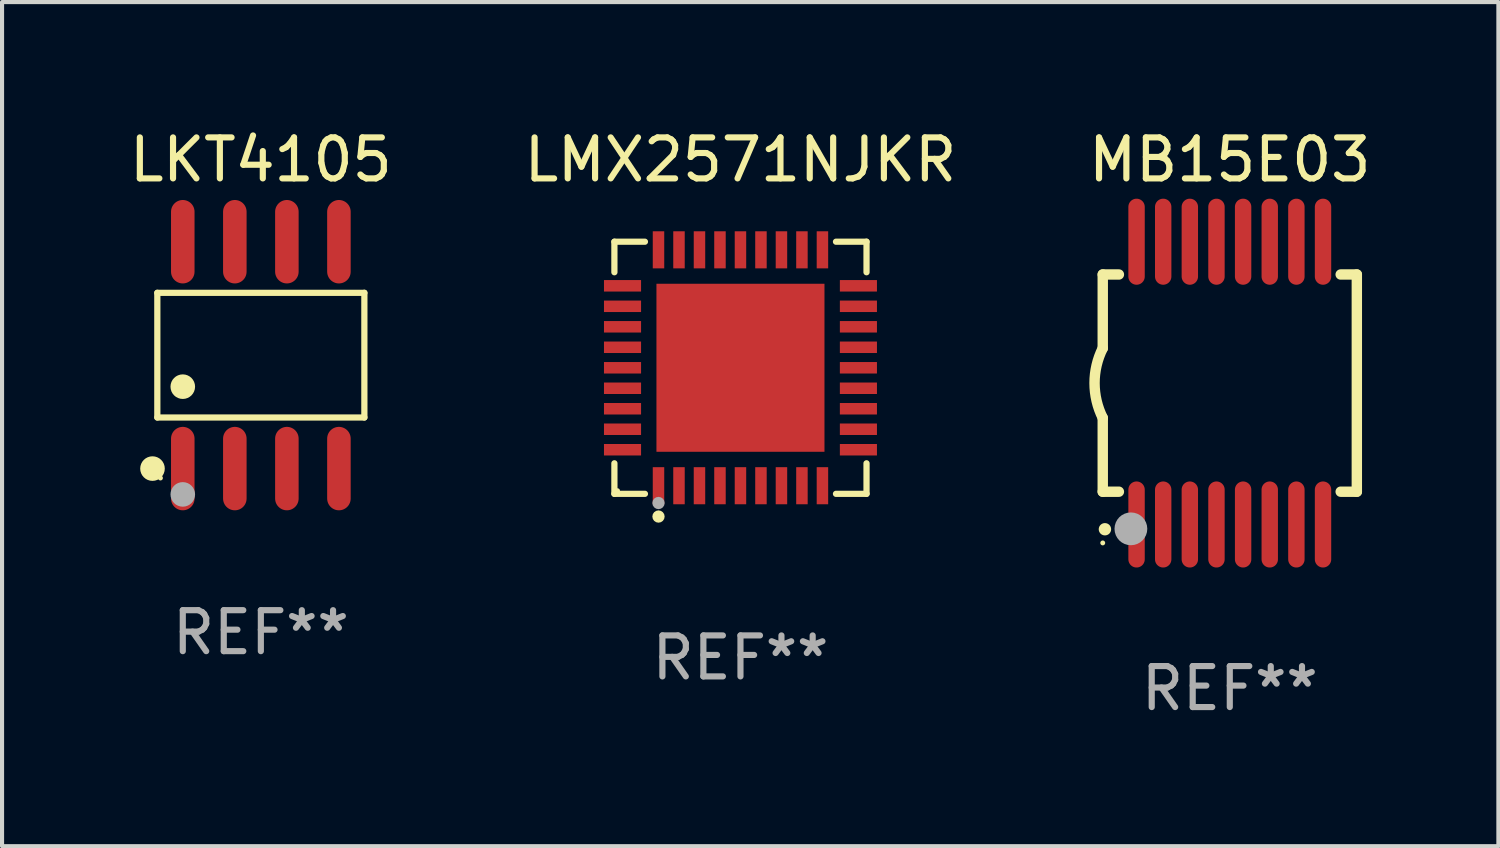
<source format=kicad_pcb>
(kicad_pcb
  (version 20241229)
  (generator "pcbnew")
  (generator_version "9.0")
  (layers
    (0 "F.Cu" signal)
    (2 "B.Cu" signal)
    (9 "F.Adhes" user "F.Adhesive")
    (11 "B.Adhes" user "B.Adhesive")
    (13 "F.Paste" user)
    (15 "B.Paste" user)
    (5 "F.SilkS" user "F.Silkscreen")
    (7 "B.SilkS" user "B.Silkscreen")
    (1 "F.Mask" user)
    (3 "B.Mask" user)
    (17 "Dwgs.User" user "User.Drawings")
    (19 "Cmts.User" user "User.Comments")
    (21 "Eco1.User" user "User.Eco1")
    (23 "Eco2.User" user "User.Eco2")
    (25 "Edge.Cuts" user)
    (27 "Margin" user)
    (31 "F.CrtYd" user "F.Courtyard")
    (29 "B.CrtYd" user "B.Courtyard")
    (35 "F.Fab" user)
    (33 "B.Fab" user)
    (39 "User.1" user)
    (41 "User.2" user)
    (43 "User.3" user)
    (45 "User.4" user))
  (footprint "MB15E03"
    (layer "F.Cu")
    (at 26.958 6.298)
    (property "Reference" "MB15E03" (at 0 -5.45 0) (layer "F.SilkS") (effects (font (size 1 1) (thickness 0.15))))
    (attr through_hole)
    (fp_line (start -3.1 -2.65) (end -3.1 -0.85) (stroke (width 0.254) (type solid)) (layer "F.SilkS"))
    (fp_line (start -3.1 -2.65) (end -2.706 -2.65) (stroke (width 0.254) (type solid)) (layer "F.SilkS"))
    (fp_line (start -3.1 2.65) (end -3.1 0.85) (stroke (width 0.254) (type solid)) (layer "F.SilkS"))
    (fp_line (start -3.1 2.65) (end -2.706 2.65) (stroke (width 0.254) (type solid)) (layer "F.SilkS"))
    (fp_line (start 2.706 -2.65) (end 3.1 -2.65) (stroke (width 0.254) (type solid)) (layer "F.SilkS"))
    (fp_line (start 2.706 2.65) (end 3.1 2.65) (stroke (width 0.254) (type solid)) (layer "F.SilkS"))
    (fp_line (start 3.1 -2.65) (end 3.1 2.65) (stroke (width 0.254) (type solid)) (layer "F.SilkS"))
    (fp_arc (start -3.098907 0.850902) (mid -3.300057 0.000523) (end -3.1 -0.850114) (stroke (width 0.254001) (type solid)) (layer "F.SilkS"))
    (fp_arc (start -3.048006 3.566066) (mid -3.046736 3.566061) (end -3.045466 3.566066) (stroke (width 0.3) (type solid)) (layer "F.SilkS"))
    (fp_circle (center -3.1 3.9) (end -3.07 3.9) (stroke (width 0.06) (type solid)) (fill no) (layer "F.SilkS"))
    (fp_circle (center -2.413 3.556) (end -2.213 3.556) (stroke (width 0.4) (type solid)) (fill no) (layer "F.Fab"))
    (fp_text user "REF**" (at 0 7.45 0) (layer "F.Fab") (effects (font (size 1 1) (thickness 0.15))))
    (pad "1" smd oval (at -2.275 3.45 180) (size 0.4 2.1) (layers "F.Cu" "F.Mask" "F.Paste"))
    (pad "2" smd oval (at -1.625 3.45 180) (size 0.4 2.1) (layers "F.Cu" "F.Mask" "F.Paste"))
    (pad "3" smd oval (at -0.975 3.45 180) (size 0.4 2.1) (layers "F.Cu" "F.Mask" "F.Paste"))
    (pad "4" smd oval (at -0.325 3.45 180) (size 0.4 2.1) (layers "F.Cu" "F.Mask" "F.Paste"))
    (pad "5" smd oval (at 0.325 3.45 180) (size 0.4 2.1) (layers "F.Cu" "F.Mask" "F.Paste"))
    (pad "6" smd oval (at 0.975 3.45 180) (size 0.4 2.1) (layers "F.Cu" "F.Mask" "F.Paste"))
    (pad "7" smd oval (at 1.625 3.45 180) (size 0.4 2.1) (layers "F.Cu" "F.Mask" "F.Paste"))
    (pad "8" smd oval (at 2.275 3.45 180) (size 0.4 2.1) (layers "F.Cu" "F.Mask" "F.Paste"))
    (pad "9" smd oval (at 2.275 -3.45 180) (size 0.4 2.1) (layers "F.Cu" "F.Mask" "F.Paste"))
    (pad "10" smd oval (at 1.625 -3.45 180) (size 0.4 2.1) (layers "F.Cu" "F.Mask" "F.Paste"))
    (pad "11" smd oval (at 0.975 -3.45 180) (size 0.4 2.1) (layers "F.Cu" "F.Mask" "F.Paste"))
    (pad "12" smd oval (at 0.325 -3.45 180) (size 0.4 2.1) (layers "F.Cu" "F.Mask" "F.Paste"))
    (pad "13" smd oval (at -0.325 -3.45 180) (size 0.4 2.1) (layers "F.Cu" "F.Mask" "F.Paste"))
    (pad "14" smd oval (at -0.975 -3.45 180) (size 0.4 2.1) (layers "F.Cu" "F.Mask" "F.Paste"))
    (pad "15" smd oval (at -1.625 -3.45 180) (size 0.4 2.1) (layers "F.Cu" "F.Mask" "F.Paste"))
    (pad "16" smd oval (at -2.275 -3.45 180) (size 0.4 2.1) (layers "F.Cu" "F.Mask" "F.Paste")))
  (footprint "LKT4105"
    (layer "F.Cu")
    (at 3.315 5.616)
    (property "Reference" "LKT4105" (at 0 -4.768 0) (layer "F.SilkS") (effects (font (size 1 1) (thickness 0.15))))
    (attr through_hole)
    (fp_line (start -2.526 -1.521) (end 2.526 -1.521) (stroke (width 0.152) (type solid)) (layer "F.SilkS"))
    (fp_line (start -2.526 1.521) (end -2.526 -1.521) (stroke (width 0.152) (type solid)) (layer "F.SilkS"))
    (fp_line (start 2.526 -1.521) (end 2.526 1.521) (stroke (width 0.152) (type solid)) (layer "F.SilkS"))
    (fp_line (start 2.526 1.521) (end -2.526 1.521) (stroke (width 0.152) (type solid)) (layer "F.SilkS"))
    (fp_circle (center -2.644 2.768) (end -2.494 2.768) (stroke (width 0.3) (type solid)) (fill no) (layer "F.SilkS"))
    (fp_circle (center -2.45 2.998) (end -2.42 2.998) (stroke (width 0.06) (type solid)) (fill no) (layer "F.SilkS"))
    (fp_circle (center -1.905 0.769) (end -1.755 0.769) (stroke (width 0.3) (type solid)) (fill no) (layer "F.SilkS"))
    (fp_circle (center -1.905 3.398) (end -1.755 3.398) (stroke (width 0.3) (type solid)) (fill no) (layer "F.Fab"))
    (fp_text user "REF**" (at 0 6.768 0) (layer "F.Fab") (effects (font (size 1 1) (thickness 0.15))))
    (pad "1" smd oval (at -1.905 2.768) (size 0.574 2.036) (layers "F.Cu" "F.Mask" "F.Paste"))
    (pad "2" smd oval (at -0.635 2.768) (size 0.574 2.036) (layers "F.Cu" "F.Mask" "F.Paste"))
    (pad "3" smd oval (at 0.635 2.768) (size 0.574 2.036) (layers "F.Cu" "F.Mask" "F.Paste"))
    (pad "4" smd oval (at 1.905 2.768) (size 0.574 2.036) (layers "F.Cu" "F.Mask" "F.Paste"))
    (pad "5" smd oval (at 1.905 -2.768) (size 0.574 2.036) (layers "F.Cu" "F.Mask" "F.Paste"))
    (pad "6" smd oval (at 0.635 -2.768) (size 0.574 2.036) (layers "F.Cu" "F.Mask" "F.Paste"))
    (pad "7" smd oval (at -0.635 -2.768) (size 0.574 2.036) (layers "F.Cu" "F.Mask" "F.Paste"))
    (pad "8" smd oval (at -1.905 -2.768) (size 0.574 2.036) (layers "F.Cu" "F.Mask" "F.Paste")))
  (footprint "LMX2571NJKR"
    (layer "F.Cu")
    (at 15.018 5.924)
    (property "Reference" "LMX2571NJKR" (at 0 -5.076 0) (layer "F.SilkS") (effects (font (size 1 1) (thickness 0.15))))
    (attr through_hole)
    (fp_line (start -3.076 -3.076) (end -2.331 -3.076) (stroke (width 0.152) (type solid)) (layer "F.SilkS"))
    (fp_line (start -3.076 -2.331) (end -3.076 -3.076) (stroke (width 0.152) (type solid)) (layer "F.SilkS"))
    (fp_line (start -3.076 2.331) (end -3.076 3.076) (stroke (width 0.152) (type solid)) (layer "F.SilkS"))
    (fp_line (start -3.076 3.076) (end -2.331 3.076) (stroke (width 0.152) (type solid)) (layer "F.SilkS"))
    (fp_line (start 3.076 -3.076) (end 2.331 -3.076) (stroke (width 0.152) (type solid)) (layer "F.SilkS"))
    (fp_line (start 3.076 -2.331) (end 3.076 -3.076) (stroke (width 0.152) (type solid)) (layer "F.SilkS"))
    (fp_line (start 3.076 2.331) (end 3.076 3.076) (stroke (width 0.152) (type solid)) (layer "F.SilkS"))
    (fp_line (start 3.076 3.076) (end 2.331 3.076) (stroke (width 0.152) (type solid)) (layer "F.SilkS"))
    (fp_circle (center -3 3) (end -2.97 3) (stroke (width 0.06) (type solid)) (fill no) (layer "F.SilkS"))
    (fp_circle (center -2 3.63) (end -1.925 3.63) (stroke (width 0.15) (type solid)) (fill no) (layer "F.SilkS"))
    (fp_circle (center -2 3.3) (end -1.925 3.3) (stroke (width 0.15) (type solid)) (fill no) (layer "F.Fab"))
    (fp_text user "REF**" (at 0 7.076 0) (layer "F.Fab") (effects (font (size 1 1) (thickness 0.15))))
    (pad "1" smd rect (at -2 2.878) (size 0.28 0.905) (layers "F.Cu" "F.Mask" "F.Paste"))
    (pad "2" smd rect (at -1.5 2.878) (size 0.28 0.905) (layers "F.Cu" "F.Mask" "F.Paste"))
    (pad "3" smd rect (at -1 2.878) (size 0.28 0.905) (layers "F.Cu" "F.Mask" "F.Paste"))
    (pad "4" smd rect (at -0.5 2.878) (size 0.28 0.905) (layers "F.Cu" "F.Mask" "F.Paste"))
    (pad "5" smd rect (at 0 2.878) (size 0.28 0.905) (layers "F.Cu" "F.Mask" "F.Paste"))
    (pad "6" smd rect (at 0.5 2.878) (size 0.28 0.905) (layers "F.Cu" "F.Mask" "F.Paste"))
    (pad "7" smd rect (at 1 2.878) (size 0.28 0.905) (layers "F.Cu" "F.Mask" "F.Paste"))
    (pad "8" smd rect (at 1.5 2.878) (size 0.28 0.905) (layers "F.Cu" "F.Mask" "F.Paste"))
    (pad "9" smd rect (at 2 2.878) (size 0.28 0.905) (layers "F.Cu" "F.Mask" "F.Paste"))
    (pad "10" smd rect (at 2.878 2) (size 0.905 0.28) (layers "F.Cu" "F.Mask" "F.Paste"))
    (pad "11" smd rect (at 2.878 1.5) (size 0.905 0.28) (layers "F.Cu" "F.Mask" "F.Paste"))
    (pad "12" smd rect (at 2.878 1) (size 0.905 0.28) (layers "F.Cu" "F.Mask" "F.Paste"))
    (pad "13" smd rect (at 2.878 0.5) (size 0.905 0.28) (layers "F.Cu" "F.Mask" "F.Paste"))
    (pad "14" smd rect (at 2.878 0) (size 0.905 0.28) (layers "F.Cu" "F.Mask" "F.Paste"))
    (pad "15" smd rect (at 2.878 -0.5) (size 0.905 0.28) (layers "F.Cu" "F.Mask" "F.Paste"))
    (pad "16" smd rect (at 2.878 -1) (size 0.905 0.28) (layers "F.Cu" "F.Mask" "F.Paste"))
    (pad "17" smd rect (at 2.878 -1.5) (size 0.905 0.28) (layers "F.Cu" "F.Mask" "F.Paste"))
    (pad "18" smd rect (at 2.878 -2) (size 0.905 0.28) (layers "F.Cu" "F.Mask" "F.Paste"))
    (pad "19" smd rect (at 2 -2.878) (size 0.28 0.905) (layers "F.Cu" "F.Mask" "F.Paste"))
    (pad "20" smd rect (at 1.5 -2.878) (size 0.28 0.905) (layers "F.Cu" "F.Mask" "F.Paste"))
    (pad "21" smd rect (at 1 -2.878) (size 0.28 0.905) (layers "F.Cu" "F.Mask" "F.Paste"))
    (pad "22" smd rect (at 0.5 -2.878) (size 0.28 0.905) (layers "F.Cu" "F.Mask" "F.Paste"))
    (pad "23" smd rect (at 0 -2.878) (size 0.28 0.905) (layers "F.Cu" "F.Mask" "F.Paste"))
    (pad "24" smd rect (at -0.5 -2.878) (size 0.28 0.905) (layers "F.Cu" "F.Mask" "F.Paste"))
    (pad "25" smd rect (at -1 -2.878) (size 0.28 0.905) (layers "F.Cu" "F.Mask" "F.Paste"))
    (pad "26" smd rect (at -1.5 -2.878) (size 0.28 0.905) (layers "F.Cu" "F.Mask" "F.Paste"))
    (pad "27" smd rect (at -2 -2.878) (size 0.28 0.905) (layers "F.Cu" "F.Mask" "F.Paste"))
    (pad "28" smd rect (at -2.878 -2) (size 0.905 0.28) (layers "F.Cu" "F.Mask" "F.Paste"))
    (pad "29" smd rect (at -2.878 -1.5) (size 0.905 0.28) (layers "F.Cu" "F.Mask" "F.Paste"))
    (pad "30" smd rect (at -2.878 -1) (size 0.905 0.28) (layers "F.Cu" "F.Mask" "F.Paste"))
    (pad "31" smd rect (at -2.878 -0.5) (size 0.905 0.28) (layers "F.Cu" "F.Mask" "F.Paste"))
    (pad "32" smd rect (at -2.878 0) (size 0.905 0.28) (layers "F.Cu" "F.Mask" "F.Paste"))
    (pad "33" smd rect (at -2.878 0.5) (size 0.905 0.28) (layers "F.Cu" "F.Mask" "F.Paste"))
    (pad "34" smd rect (at -2.878 1) (size 0.905 0.28) (layers "F.Cu" "F.Mask" "F.Paste"))
    (pad "35" smd rect (at -2.878 1.5) (size 0.905 0.28) (layers "F.Cu" "F.Mask" "F.Paste"))
    (pad "36" smd rect (at -2.878 2) (size 0.905 0.28) (layers "F.Cu" "F.Mask" "F.Paste"))
    (pad "37" smd rect (at 0 0) (size 4.1 4.1) (layers "F.Cu" "F.Mask" "F.Paste")))
  (gr_rect
    (start -3 -3)
    (end 33.512 17.597)
    (stroke (width 0.1) (type default))
    (fill no)
    (layer "Edge.Cuts")))
</source>
